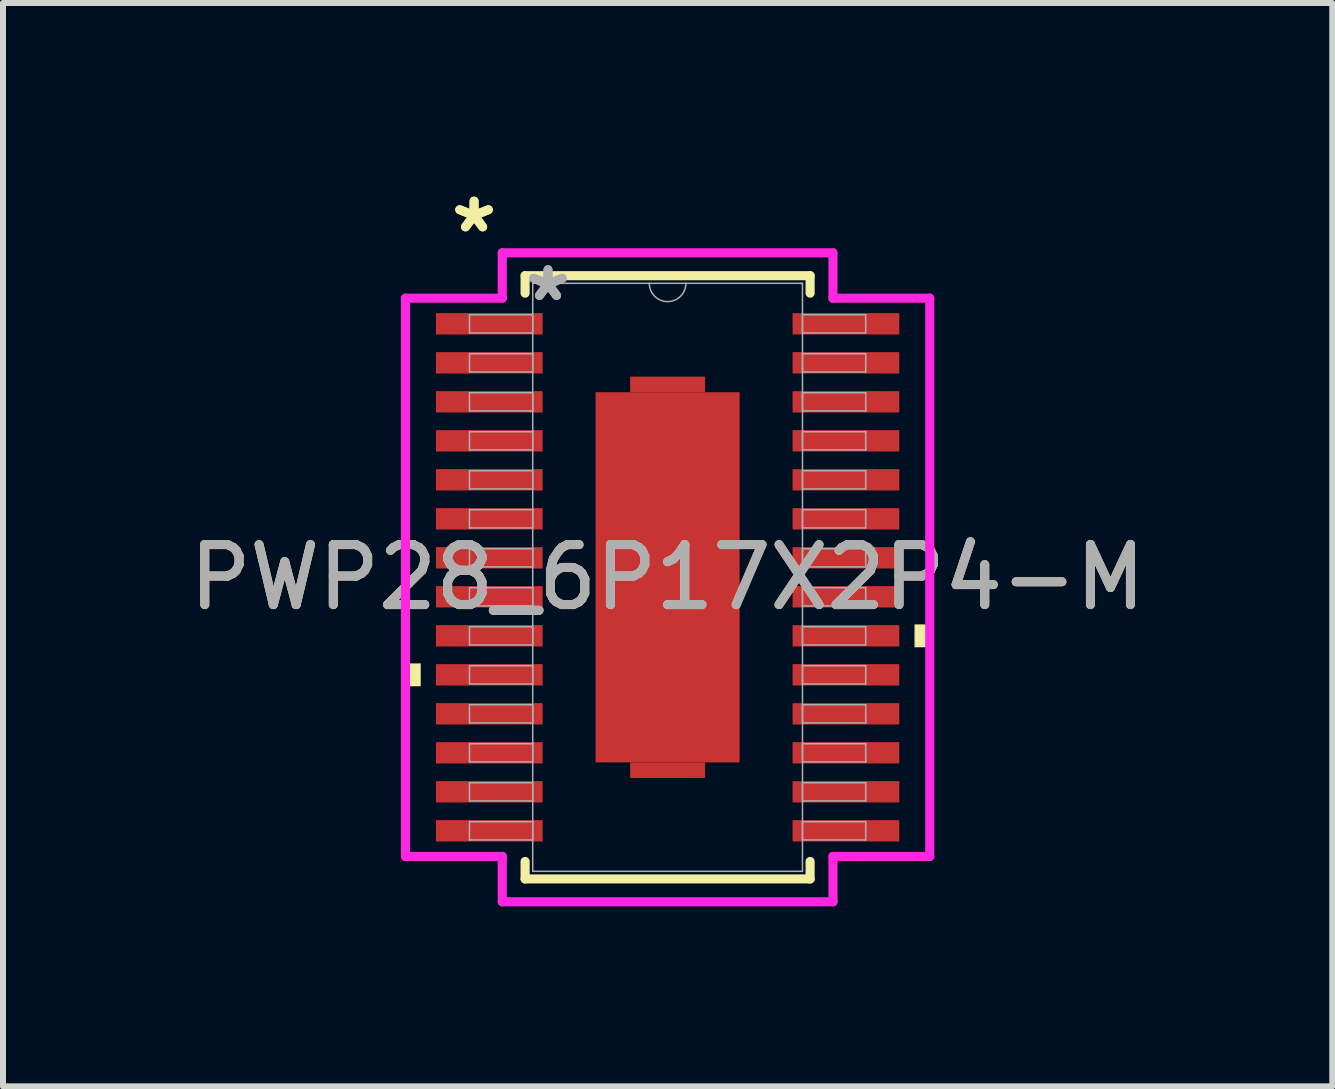
<source format=kicad_pcb>
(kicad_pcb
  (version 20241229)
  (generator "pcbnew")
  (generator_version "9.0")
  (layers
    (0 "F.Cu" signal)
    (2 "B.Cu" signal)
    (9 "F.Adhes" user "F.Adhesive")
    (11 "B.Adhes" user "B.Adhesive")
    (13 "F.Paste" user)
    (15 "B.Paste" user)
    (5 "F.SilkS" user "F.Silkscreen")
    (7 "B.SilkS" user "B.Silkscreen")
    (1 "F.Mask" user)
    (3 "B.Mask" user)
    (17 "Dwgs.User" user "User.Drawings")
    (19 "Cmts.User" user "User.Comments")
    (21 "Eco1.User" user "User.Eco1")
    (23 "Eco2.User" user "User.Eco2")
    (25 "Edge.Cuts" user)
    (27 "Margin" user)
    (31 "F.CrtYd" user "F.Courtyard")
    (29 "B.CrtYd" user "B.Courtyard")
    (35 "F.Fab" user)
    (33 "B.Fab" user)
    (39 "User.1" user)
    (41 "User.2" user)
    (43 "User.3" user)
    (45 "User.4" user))
  (footprint "PWP28_6P17X2P4-M"
    (layer "F.Cu")
    (at 8.077 6.572)
    (property "Reference" "PWP28_6P17X2P4-M" (at 0 0 0) (unlocked yes) (layer "F.SilkS") (effects (font (size 1 1) (thickness 0.15))))
    (attr smd)
    (fp_poly (pts (xy -0.625 -3.085) (xy -0.625 -3.345) (xy 0.625 -3.345) (xy 0.625 -3.085)) (stroke (width 0) (type solid)) (fill yes) (layer "F.Cu"))
    (fp_poly (pts (xy -0.625 3.085) (xy -0.625 3.345) (xy 0.625 3.345) (xy 0.625 3.085)) (stroke (width 0) (type solid)) (fill yes) (layer "F.Cu"))
    (fp_poly (pts (xy -0.625 -3.085) (xy -0.625 -3.345) (xy 0.625 -3.345) (xy 0.625 -3.085)) (stroke (width 0) (type solid)) (fill yes) (layer "F.Mask"))
    (fp_poly (pts (xy -0.625 3.085) (xy -0.625 3.345) (xy 0.625 3.345) (xy 0.625 3.085)) (stroke (width 0) (type solid)) (fill yes) (layer "F.Mask"))
    (fp_line (start -2.375 -5.027) (end -2.375 -4.736) (stroke (width 0.152) (type solid)) (layer "F.SilkS"))
    (fp_line (start -2.375 4.736) (end -2.375 5.027) (stroke (width 0.152) (type solid)) (layer "F.SilkS"))
    (fp_line (start -2.375 5.027) (end 2.375 5.027) (stroke (width 0.152) (type solid)) (layer "F.SilkS"))
    (fp_line (start 2.375 -5.027) (end -2.375 -5.027) (stroke (width 0.152) (type solid)) (layer "F.SilkS"))
    (fp_line (start 2.375 -4.736) (end 2.375 -5.027) (stroke (width 0.152) (type solid)) (layer "F.SilkS"))
    (fp_line (start 2.375 5.027) (end 2.375 4.736) (stroke (width 0.152) (type solid)) (layer "F.SilkS"))
    (fp_poly (pts (xy -4.369 1.435) (xy -4.369 1.816) (xy -4.115 1.816) (xy -4.115 1.435)) (stroke (width 0) (type solid)) (fill yes) (layer "F.SilkS"))
    (fp_poly (pts (xy 4.369 0.785) (xy 4.369 1.166) (xy 4.115 1.166) (xy 4.115 0.785)) (stroke (width 0) (type solid)) (fill yes) (layer "F.SilkS"))
    (fp_poly (pts (xy -1.1 -2.985) (xy -1.1 -1.643) (xy 1.1 -1.643) (xy 1.1 -2.985)) (stroke (width 0) (type solid)) (fill yes) (layer "F.Paste"))
    (fp_poly (pts (xy -1.1 -1.442) (xy -1.1 -0.1) (xy 1.1 -0.1) (xy 1.1 -1.442)) (stroke (width 0) (type solid)) (fill yes) (layer "F.Paste"))
    (fp_poly (pts (xy -1.1 0.1) (xy -1.1 1.442) (xy 1.1 1.442) (xy 1.1 0.1)) (stroke (width 0) (type solid)) (fill yes) (layer "F.Paste"))
    (fp_poly (pts (xy -1.1 1.643) (xy -1.1 2.985) (xy 1.1 2.985) (xy 1.1 1.643)) (stroke (width 0) (type solid)) (fill yes) (layer "F.Paste"))
    (fp_line (start -4.369 -4.652) (end -2.756 -4.652) (stroke (width 0.152) (type solid)) (layer "F.CrtYd"))
    (fp_line (start -4.369 4.652) (end -4.369 -4.652) (stroke (width 0.152) (type solid)) (layer "F.CrtYd"))
    (fp_line (start -4.369 4.652) (end -2.756 4.652) (stroke (width 0.152) (type solid)) (layer "F.CrtYd"))
    (fp_line (start -2.756 -5.408) (end 2.756 -5.408) (stroke (width 0.152) (type solid)) (layer "F.CrtYd"))
    (fp_line (start -2.756 -4.652) (end -2.756 -5.408) (stroke (width 0.152) (type solid)) (layer "F.CrtYd"))
    (fp_line (start -2.756 5.408) (end -2.756 4.652) (stroke (width 0.152) (type solid)) (layer "F.CrtYd"))
    (fp_line (start 2.756 -5.408) (end 2.756 -4.652) (stroke (width 0.152) (type solid)) (layer "F.CrtYd"))
    (fp_line (start 2.756 4.652) (end 2.756 5.408) (stroke (width 0.152) (type solid)) (layer "F.CrtYd"))
    (fp_line (start 2.756 5.408) (end -2.756 5.408) (stroke (width 0.152) (type solid)) (layer "F.CrtYd"))
    (fp_line (start 4.369 -4.652) (end 2.756 -4.652) (stroke (width 0.152) (type solid)) (layer "F.CrtYd"))
    (fp_line (start 4.369 -4.652) (end 4.369 4.652) (stroke (width 0.152) (type solid)) (layer "F.CrtYd"))
    (fp_line (start 4.369 4.652) (end 2.756 4.652) (stroke (width 0.152) (type solid)) (layer "F.CrtYd"))
    (fp_line (start -3.302 -4.377) (end -3.302 -4.073) (stroke (width 0.025) (type solid)) (layer "F.Fab"))
    (fp_line (start -3.302 -4.073) (end -2.248 -4.073) (stroke (width 0.025) (type solid)) (layer "F.Fab"))
    (fp_line (start -3.302 -3.727) (end -3.302 -3.423) (stroke (width 0.025) (type solid)) (layer "F.Fab"))
    (fp_line (start -3.302 -3.423) (end -2.248 -3.423) (stroke (width 0.025) (type solid)) (layer "F.Fab"))
    (fp_line (start -3.302 -3.077) (end -3.302 -2.773) (stroke (width 0.025) (type solid)) (layer "F.Fab"))
    (fp_line (start -3.302 -2.773) (end -2.248 -2.773) (stroke (width 0.025) (type solid)) (layer "F.Fab"))
    (fp_line (start -3.302 -2.427) (end -3.302 -2.123) (stroke (width 0.025) (type solid)) (layer "F.Fab"))
    (fp_line (start -3.302 -2.123) (end -2.248 -2.123) (stroke (width 0.025) (type solid)) (layer "F.Fab"))
    (fp_line (start -3.302 -1.777) (end -3.302 -1.473) (stroke (width 0.025) (type solid)) (layer "F.Fab"))
    (fp_line (start -3.302 -1.473) (end -2.248 -1.473) (stroke (width 0.025) (type solid)) (layer "F.Fab"))
    (fp_line (start -3.302 -1.127) (end -3.302 -0.823) (stroke (width 0.025) (type solid)) (layer "F.Fab"))
    (fp_line (start -3.302 -0.823) (end -2.248 -0.823) (stroke (width 0.025) (type solid)) (layer "F.Fab"))
    (fp_line (start -3.302 -0.477) (end -3.302 -0.173) (stroke (width 0.025) (type solid)) (layer "F.Fab"))
    (fp_line (start -3.302 -0.173) (end -2.248 -0.173) (stroke (width 0.025) (type solid)) (layer "F.Fab"))
    (fp_line (start -3.302 0.173) (end -3.302 0.477) (stroke (width 0.025) (type solid)) (layer "F.Fab"))
    (fp_line (start -3.302 0.477) (end -2.248 0.477) (stroke (width 0.025) (type solid)) (layer "F.Fab"))
    (fp_line (start -3.302 0.823) (end -3.302 1.127) (stroke (width 0.025) (type solid)) (layer "F.Fab"))
    (fp_line (start -3.302 1.127) (end -2.248 1.127) (stroke (width 0.025) (type solid)) (layer "F.Fab"))
    (fp_line (start -3.302 1.473) (end -3.302 1.777) (stroke (width 0.025) (type solid)) (layer "F.Fab"))
    (fp_line (start -3.302 1.777) (end -2.248 1.777) (stroke (width 0.025) (type solid)) (layer "F.Fab"))
    (fp_line (start -3.302 2.123) (end -3.302 2.427) (stroke (width 0.025) (type solid)) (layer "F.Fab"))
    (fp_line (start -3.302 2.427) (end -2.248 2.427) (stroke (width 0.025) (type solid)) (layer "F.Fab"))
    (fp_line (start -3.302 2.773) (end -3.302 3.077) (stroke (width 0.025) (type solid)) (layer "F.Fab"))
    (fp_line (start -3.302 3.077) (end -2.248 3.077) (stroke (width 0.025) (type solid)) (layer "F.Fab"))
    (fp_line (start -3.302 3.423) (end -3.302 3.727) (stroke (width 0.025) (type solid)) (layer "F.Fab"))
    (fp_line (start -3.302 3.727) (end -2.248 3.727) (stroke (width 0.025) (type solid)) (layer "F.Fab"))
    (fp_line (start -3.302 4.073) (end -3.302 4.377) (stroke (width 0.025) (type solid)) (layer "F.Fab"))
    (fp_line (start -3.302 4.377) (end -2.248 4.377) (stroke (width 0.025) (type solid)) (layer "F.Fab"))
    (fp_line (start -2.248 -4.9) (end -2.248 4.9) (stroke (width 0.025) (type solid)) (layer "F.Fab"))
    (fp_line (start -2.248 -4.377) (end -3.302 -4.377) (stroke (width 0.025) (type solid)) (layer "F.Fab"))
    (fp_line (start -2.248 -4.073) (end -2.248 -4.377) (stroke (width 0.025) (type solid)) (layer "F.Fab"))
    (fp_line (start -2.248 -3.727) (end -3.302 -3.727) (stroke (width 0.025) (type solid)) (layer "F.Fab"))
    (fp_line (start -2.248 -3.423) (end -2.248 -3.727) (stroke (width 0.025) (type solid)) (layer "F.Fab"))
    (fp_line (start -2.248 -3.077) (end -3.302 -3.077) (stroke (width 0.025) (type solid)) (layer "F.Fab"))
    (fp_line (start -2.248 -2.773) (end -2.248 -3.077) (stroke (width 0.025) (type solid)) (layer "F.Fab"))
    (fp_line (start -2.248 -2.427) (end -3.302 -2.427) (stroke (width 0.025) (type solid)) (layer "F.Fab"))
    (fp_line (start -2.248 -2.123) (end -2.248 -2.427) (stroke (width 0.025) (type solid)) (layer "F.Fab"))
    (fp_line (start -2.248 -1.777) (end -3.302 -1.777) (stroke (width 0.025) (type solid)) (layer "F.Fab"))
    (fp_line (start -2.248 -1.473) (end -2.248 -1.777) (stroke (width 0.025) (type solid)) (layer "F.Fab"))
    (fp_line (start -2.248 -1.127) (end -3.302 -1.127) (stroke (width 0.025) (type solid)) (layer "F.Fab"))
    (fp_line (start -2.248 -0.823) (end -2.248 -1.127) (stroke (width 0.025) (type solid)) (layer "F.Fab"))
    (fp_line (start -2.248 -0.477) (end -3.302 -0.477) (stroke (width 0.025) (type solid)) (layer "F.Fab"))
    (fp_line (start -2.248 -0.173) (end -2.248 -0.477) (stroke (width 0.025) (type solid)) (layer "F.Fab"))
    (fp_line (start -2.248 0.173) (end -3.302 0.173) (stroke (width 0.025) (type solid)) (layer "F.Fab"))
    (fp_line (start -2.248 0.477) (end -2.248 0.173) (stroke (width 0.025) (type solid)) (layer "F.Fab"))
    (fp_line (start -2.248 0.823) (end -3.302 0.823) (stroke (width 0.025) (type solid)) (layer "F.Fab"))
    (fp_line (start -2.248 1.127) (end -2.248 0.823) (stroke (width 0.025) (type solid)) (layer "F.Fab"))
    (fp_line (start -2.248 1.473) (end -3.302 1.473) (stroke (width 0.025) (type solid)) (layer "F.Fab"))
    (fp_line (start -2.248 1.777) (end -2.248 1.473) (stroke (width 0.025) (type solid)) (layer "F.Fab"))
    (fp_line (start -2.248 2.123) (end -3.302 2.123) (stroke (width 0.025) (type solid)) (layer "F.Fab"))
    (fp_line (start -2.248 2.427) (end -2.248 2.123) (stroke (width 0.025) (type solid)) (layer "F.Fab"))
    (fp_line (start -2.248 2.773) (end -3.302 2.773) (stroke (width 0.025) (type solid)) (layer "F.Fab"))
    (fp_line (start -2.248 3.077) (end -2.248 2.773) (stroke (width 0.025) (type solid)) (layer "F.Fab"))
    (fp_line (start -2.248 3.423) (end -3.302 3.423) (stroke (width 0.025) (type solid)) (layer "F.Fab"))
    (fp_line (start -2.248 3.727) (end -2.248 3.423) (stroke (width 0.025) (type solid)) (layer "F.Fab"))
    (fp_line (start -2.248 4.073) (end -3.302 4.073) (stroke (width 0.025) (type solid)) (layer "F.Fab"))
    (fp_line (start -2.248 4.377) (end -2.248 4.073) (stroke (width 0.025) (type solid)) (layer "F.Fab"))
    (fp_line (start -2.248 4.9) (end 2.248 4.9) (stroke (width 0.025) (type solid)) (layer "F.Fab"))
    (fp_line (start 2.248 -4.9) (end -2.248 -4.9) (stroke (width 0.025) (type solid)) (layer "F.Fab"))
    (fp_line (start 2.248 -4.377) (end 2.248 -4.073) (stroke (width 0.025) (type solid)) (layer "F.Fab"))
    (fp_line (start 2.248 -4.073) (end 3.302 -4.073) (stroke (width 0.025) (type solid)) (layer "F.Fab"))
    (fp_line (start 2.248 -3.727) (end 2.248 -3.423) (stroke (width 0.025) (type solid)) (layer "F.Fab"))
    (fp_line (start 2.248 -3.423) (end 3.302 -3.423) (stroke (width 0.025) (type solid)) (layer "F.Fab"))
    (fp_line (start 2.248 -3.077) (end 2.248 -2.773) (stroke (width 0.025) (type solid)) (layer "F.Fab"))
    (fp_line (start 2.248 -2.773) (end 3.302 -2.773) (stroke (width 0.025) (type solid)) (layer "F.Fab"))
    (fp_line (start 2.248 -2.427) (end 2.248 -2.123) (stroke (width 0.025) (type solid)) (layer "F.Fab"))
    (fp_line (start 2.248 -2.123) (end 3.302 -2.123) (stroke (width 0.025) (type solid)) (layer "F.Fab"))
    (fp_line (start 2.248 -1.777) (end 2.248 -1.473) (stroke (width 0.025) (type solid)) (layer "F.Fab"))
    (fp_line (start 2.248 -1.473) (end 3.302 -1.473) (stroke (width 0.025) (type solid)) (layer "F.Fab"))
    (fp_line (start 2.248 -1.127) (end 2.248 -0.823) (stroke (width 0.025) (type solid)) (layer "F.Fab"))
    (fp_line (start 2.248 -0.823) (end 3.302 -0.823) (stroke (width 0.025) (type solid)) (layer "F.Fab"))
    (fp_line (start 2.248 -0.477) (end 2.248 -0.173) (stroke (width 0.025) (type solid)) (layer "F.Fab"))
    (fp_line (start 2.248 -0.173) (end 3.302 -0.173) (stroke (width 0.025) (type solid)) (layer "F.Fab"))
    (fp_line (start 2.248 0.173) (end 2.248 0.477) (stroke (width 0.025) (type solid)) (layer "F.Fab"))
    (fp_line (start 2.248 0.477) (end 3.302 0.477) (stroke (width 0.025) (type solid)) (layer "F.Fab"))
    (fp_line (start 2.248 0.823) (end 2.248 1.127) (stroke (width 0.025) (type solid)) (layer "F.Fab"))
    (fp_line (start 2.248 1.127) (end 3.302 1.127) (stroke (width 0.025) (type solid)) (layer "F.Fab"))
    (fp_line (start 2.248 1.473) (end 2.248 1.777) (stroke (width 0.025) (type solid)) (layer "F.Fab"))
    (fp_line (start 2.248 1.777) (end 3.302 1.777) (stroke (width 0.025) (type solid)) (layer "F.Fab"))
    (fp_line (start 2.248 2.123) (end 2.248 2.427) (stroke (width 0.025) (type solid)) (layer "F.Fab"))
    (fp_line (start 2.248 2.427) (end 3.302 2.427) (stroke (width 0.025) (type solid)) (layer "F.Fab"))
    (fp_line (start 2.248 2.773) (end 2.248 3.077) (stroke (width 0.025) (type solid)) (layer "F.Fab"))
    (fp_line (start 2.248 3.077) (end 3.302 3.077) (stroke (width 0.025) (type solid)) (layer "F.Fab"))
    (fp_line (start 2.248 3.423) (end 2.248 3.727) (stroke (width 0.025) (type solid)) (layer "F.Fab"))
    (fp_line (start 2.248 3.727) (end 3.302 3.727) (stroke (width 0.025) (type solid)) (layer "F.Fab"))
    (fp_line (start 2.248 4.073) (end 2.248 4.377) (stroke (width 0.025) (type solid)) (layer "F.Fab"))
    (fp_line (start 2.248 4.377) (end 3.302 4.377) (stroke (width 0.025) (type solid)) (layer "F.Fab"))
    (fp_line (start 2.248 4.9) (end 2.248 -4.9) (stroke (width 0.025) (type solid)) (layer "F.Fab"))
    (fp_line (start 3.302 -4.377) (end 2.248 -4.377) (stroke (width 0.025) (type solid)) (layer "F.Fab"))
    (fp_line (start 3.302 -4.073) (end 3.302 -4.377) (stroke (width 0.025) (type solid)) (layer "F.Fab"))
    (fp_line (start 3.302 -3.727) (end 2.248 -3.727) (stroke (width 0.025) (type solid)) (layer "F.Fab"))
    (fp_line (start 3.302 -3.423) (end 3.302 -3.727) (stroke (width 0.025) (type solid)) (layer "F.Fab"))
    (fp_line (start 3.302 -3.077) (end 2.248 -3.077) (stroke (width 0.025) (type solid)) (layer "F.Fab"))
    (fp_line (start 3.302 -2.773) (end 3.302 -3.077) (stroke (width 0.025) (type solid)) (layer "F.Fab"))
    (fp_line (start 3.302 -2.427) (end 2.248 -2.427) (stroke (width 0.025) (type solid)) (layer "F.Fab"))
    (fp_line (start 3.302 -2.123) (end 3.302 -2.427) (stroke (width 0.025) (type solid)) (layer "F.Fab"))
    (fp_line (start 3.302 -1.777) (end 2.248 -1.777) (stroke (width 0.025) (type solid)) (layer "F.Fab"))
    (fp_line (start 3.302 -1.473) (end 3.302 -1.777) (stroke (width 0.025) (type solid)) (layer "F.Fab"))
    (fp_line (start 3.302 -1.127) (end 2.248 -1.127) (stroke (width 0.025) (type solid)) (layer "F.Fab"))
    (fp_line (start 3.302 -0.823) (end 3.302 -1.127) (stroke (width 0.025) (type solid)) (layer "F.Fab"))
    (fp_line (start 3.302 -0.477) (end 2.248 -0.477) (stroke (width 0.025) (type solid)) (layer "F.Fab"))
    (fp_line (start 3.302 -0.173) (end 3.302 -0.477) (stroke (width 0.025) (type solid)) (layer "F.Fab"))
    (fp_line (start 3.302 0.173) (end 2.248 0.173) (stroke (width 0.025) (type solid)) (layer "F.Fab"))
    (fp_line (start 3.302 0.477) (end 3.302 0.173) (stroke (width 0.025) (type solid)) (layer "F.Fab"))
    (fp_line (start 3.302 0.823) (end 2.248 0.823) (stroke (width 0.025) (type solid)) (layer "F.Fab"))
    (fp_line (start 3.302 1.127) (end 3.302 0.823) (stroke (width 0.025) (type solid)) (layer "F.Fab"))
    (fp_line (start 3.302 1.473) (end 2.248 1.473) (stroke (width 0.025) (type solid)) (layer "F.Fab"))
    (fp_line (start 3.302 1.777) (end 3.302 1.473) (stroke (width 0.025) (type solid)) (layer "F.Fab"))
    (fp_line (start 3.302 2.123) (end 2.248 2.123) (stroke (width 0.025) (type solid)) (layer "F.Fab"))
    (fp_line (start 3.302 2.427) (end 3.302 2.123) (stroke (width 0.025) (type solid)) (layer "F.Fab"))
    (fp_line (start 3.302 2.773) (end 2.248 2.773) (stroke (width 0.025) (type solid)) (layer "F.Fab"))
    (fp_line (start 3.302 3.077) (end 3.302 2.773) (stroke (width 0.025) (type solid)) (layer "F.Fab"))
    (fp_line (start 3.302 3.423) (end 2.248 3.423) (stroke (width 0.025) (type solid)) (layer "F.Fab"))
    (fp_line (start 3.302 3.727) (end 3.302 3.423) (stroke (width 0.025) (type solid)) (layer "F.Fab"))
    (fp_line (start 3.302 4.073) (end 2.248 4.073) (stroke (width 0.025) (type solid)) (layer "F.Fab"))
    (fp_line (start 3.302 4.377) (end 3.302 4.073) (stroke (width 0.025) (type solid)) (layer "F.Fab"))
    (fp_arc (start 0.3048 -4.900003) (mid 0 -4.595203) (end -0.3048 -4.900003) (stroke (width 0.0254) (type solid)) (layer "F.Fab"))
    (fp_text user "*" (at -3.226 -5.724 0) (unlocked yes) (layer "F.SilkS") (effects (font (size 1 1) (thickness 0.15))))
    (fp_text user "*" (at -3.226 -5.724 0) (layer "F.SilkS") (effects (font (size 1 1) (thickness 0.15))))
    (fp_text user "${REFERENCE}" (at 0 0 0) (unlocked yes) (layer "F.Fab") (effects (font (size 1 1) (thickness 0.15))))
    (fp_text user "*" (at -1.994 -4.581 0) (unlocked yes) (layer "F.Fab") (effects (font (size 1 1) (thickness 0.15))))
    (fp_text user "*" (at -1.994 -4.581 0) (layer "F.Fab") (effects (font (size 1 1) (thickness 0.15))))
    (pad "1" smd rect (at -2.972 -4.225) (size 1.778 0.356) (layers "F.Cu" "F.Mask" "F.Paste"))
    (pad "2" smd rect (at -2.972 -3.575) (size 1.778 0.356) (layers "F.Cu" "F.Mask" "F.Paste"))
    (pad "3" smd rect (at -2.972 -2.925) (size 1.778 0.356) (layers "F.Cu" "F.Mask" "F.Paste"))
    (pad "4" smd rect (at -2.972 -2.275) (size 1.778 0.356) (layers "F.Cu" "F.Mask" "F.Paste"))
    (pad "5" smd rect (at -2.972 -1.625) (size 1.778 0.356) (layers "F.Cu" "F.Mask" "F.Paste"))
    (pad "6" smd rect (at -2.972 -0.975) (size 1.778 0.356) (layers "F.Cu" "F.Mask" "F.Paste"))
    (pad "7" smd rect (at -2.972 -0.325) (size 1.778 0.356) (layers "F.Cu" "F.Mask" "F.Paste"))
    (pad "8" smd rect (at -2.972 0.325) (size 1.778 0.356) (layers "F.Cu" "F.Mask" "F.Paste"))
    (pad "9" smd rect (at -2.972 0.975) (size 1.778 0.356) (layers "F.Cu" "F.Mask" "F.Paste"))
    (pad "10" smd rect (at -2.972 1.625) (size 1.778 0.356) (layers "F.Cu" "F.Mask" "F.Paste"))
    (pad "11" smd rect (at -2.972 2.275) (size 1.778 0.356) (layers "F.Cu" "F.Mask" "F.Paste"))
    (pad "12" smd rect (at -2.972 2.925) (size 1.778 0.356) (layers "F.Cu" "F.Mask" "F.Paste"))
    (pad "13" smd rect (at -2.972 3.575) (size 1.778 0.356) (layers "F.Cu" "F.Mask" "F.Paste"))
    (pad "14" smd rect (at -2.972 4.225) (size 1.778 0.356) (layers "F.Cu" "F.Mask" "F.Paste"))
    (pad "15" smd rect (at 2.972 4.225) (size 1.778 0.356) (layers "F.Cu" "F.Mask" "F.Paste"))
    (pad "16" smd rect (at 2.972 3.575) (size 1.778 0.356) (layers "F.Cu" "F.Mask" "F.Paste"))
    (pad "17" smd rect (at 2.972 2.925) (size 1.778 0.356) (layers "F.Cu" "F.Mask" "F.Paste"))
    (pad "18" smd rect (at 2.972 2.275) (size 1.778 0.356) (layers "F.Cu" "F.Mask" "F.Paste"))
    (pad "19" smd rect (at 2.972 1.625) (size 1.778 0.356) (layers "F.Cu" "F.Mask" "F.Paste"))
    (pad "20" smd rect (at 2.972 0.975) (size 1.778 0.356) (layers "F.Cu" "F.Mask" "F.Paste"))
    (pad "21" smd rect (at 2.972 0.325) (size 1.778 0.356) (layers "F.Cu" "F.Mask" "F.Paste"))
    (pad "22" smd rect (at 2.972 -0.325) (size 1.778 0.356) (layers "F.Cu" "F.Mask" "F.Paste"))
    (pad "23" smd rect (at 2.972 -0.975) (size 1.778 0.356) (layers "F.Cu" "F.Mask" "F.Paste"))
    (pad "24" smd rect (at 2.972 -1.625) (size 1.778 0.356) (layers "F.Cu" "F.Mask" "F.Paste"))
    (pad "25" smd rect (at 2.972 -2.275) (size 1.778 0.356) (layers "F.Cu" "F.Mask" "F.Paste"))
    (pad "26" smd rect (at 2.972 -2.925) (size 1.778 0.356) (layers "F.Cu" "F.Mask" "F.Paste"))
    (pad "27" smd rect (at 2.972 -3.575) (size 1.778 0.356) (layers "F.Cu" "F.Mask" "F.Paste"))
    (pad "28" smd rect (at 2.972 -4.225) (size 1.778 0.356) (layers "F.Cu" "F.Mask" "F.Paste"))
    (pad "29" smd rect (at 0 0) (size 2.4 6.17) (layers "F.Cu" "F.Mask" "F.Paste")))
  (gr_rect
    (start -3 -3)
    (end 19.155 15.056)
    (stroke (width 0.1) (type default))
    (fill no)
    (layer "Edge.Cuts")))
</source>
